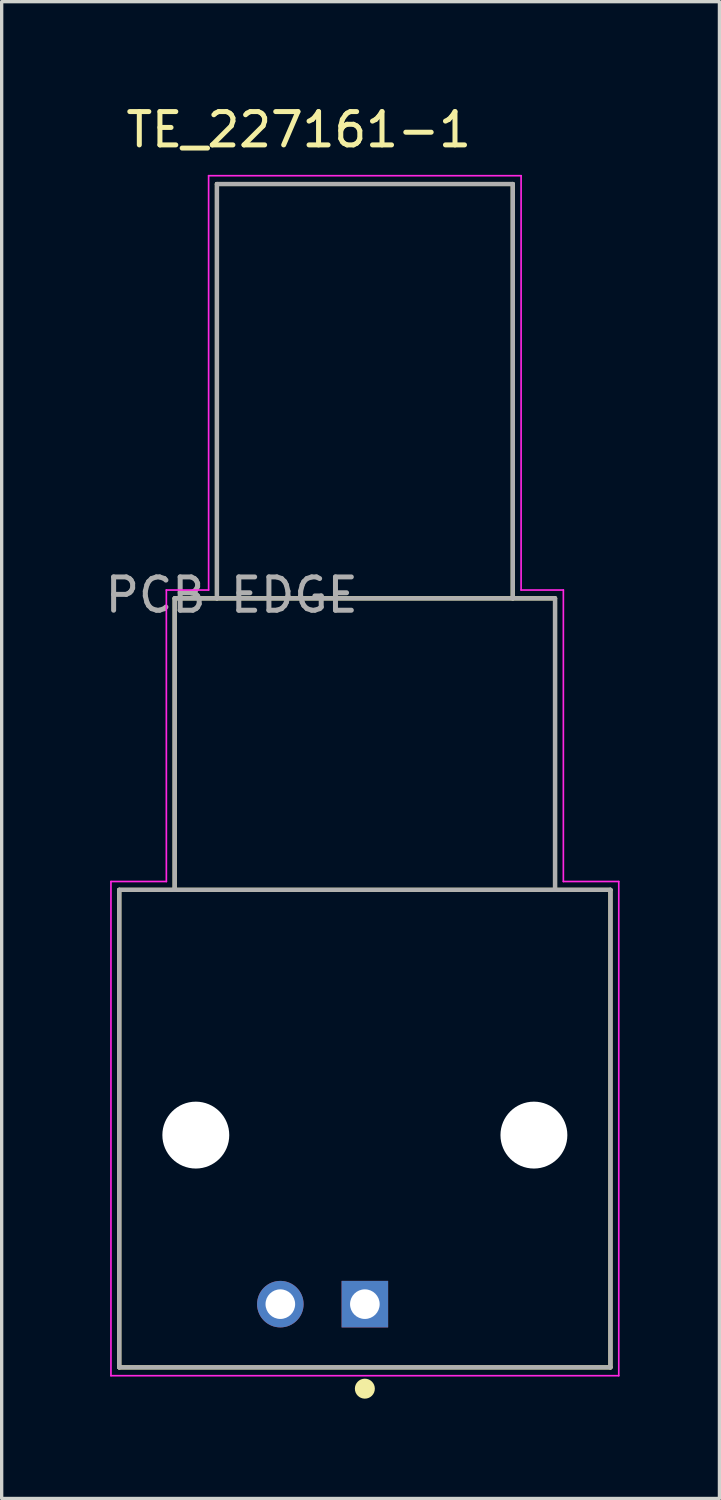
<source format=kicad_pcb>
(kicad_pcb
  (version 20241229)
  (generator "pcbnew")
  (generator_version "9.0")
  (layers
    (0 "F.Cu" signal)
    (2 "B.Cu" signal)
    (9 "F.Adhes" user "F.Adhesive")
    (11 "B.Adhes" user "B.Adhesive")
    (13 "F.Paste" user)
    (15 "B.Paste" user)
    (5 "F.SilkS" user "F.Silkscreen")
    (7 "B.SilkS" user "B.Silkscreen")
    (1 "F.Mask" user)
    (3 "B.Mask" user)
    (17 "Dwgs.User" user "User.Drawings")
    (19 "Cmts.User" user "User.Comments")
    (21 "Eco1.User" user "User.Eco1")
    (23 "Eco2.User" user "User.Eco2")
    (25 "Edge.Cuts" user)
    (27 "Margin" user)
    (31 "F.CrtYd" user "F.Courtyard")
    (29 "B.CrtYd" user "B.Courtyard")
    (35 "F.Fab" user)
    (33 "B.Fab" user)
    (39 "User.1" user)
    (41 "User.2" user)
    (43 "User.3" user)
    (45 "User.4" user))
  (footprint "TE_227161-1"
    (layer "F.Cu")
    (at 7.914 36.14)
    (property "Reference" "TE_227161-1" (at -1.987 -35.291 0) (layer "F.SilkS") (effects (font (size 1.001 1.001) (thickness 0.15))))
    (attr through_hole)
    (fp_line (start -7.38 -12.45) (end 7.38 -12.45) (stroke (width 0.127) (type solid)) (layer "F.SilkS"))
    (fp_line (start -7.38 1.9) (end -7.38 -12.45) (stroke (width 0.127) (type solid)) (layer "F.SilkS"))
    (fp_line (start -5.715 -21.21) (end -4.445 -21.21) (stroke (width 0.127) (type solid)) (layer "F.SilkS"))
    (fp_line (start -5.715 -12.45) (end -5.715 -21.21) (stroke (width 0.127) (type solid)) (layer "F.SilkS"))
    (fp_line (start -4.445 -33.66) (end 4.445 -33.66) (stroke (width 0.127) (type solid)) (layer "F.SilkS"))
    (fp_line (start -4.445 -21.21) (end -4.445 -33.66) (stroke (width 0.127) (type solid)) (layer "F.SilkS"))
    (fp_line (start -4.445 -21.21) (end 4.445 -21.21) (stroke (width 0.127) (type solid)) (layer "F.SilkS"))
    (fp_line (start 4.445 -33.66) (end 4.445 -21.21) (stroke (width 0.127) (type solid)) (layer "F.SilkS"))
    (fp_line (start 4.445 -21.21) (end 5.715 -21.21) (stroke (width 0.127) (type solid)) (layer "F.SilkS"))
    (fp_line (start 5.715 -21.21) (end 5.715 -12.45) (stroke (width 0.127) (type solid)) (layer "F.SilkS"))
    (fp_line (start 7.38 -12.45) (end 7.38 1.9) (stroke (width 0.127) (type solid)) (layer "F.SilkS"))
    (fp_line (start 7.38 1.9) (end -7.38 1.9) (stroke (width 0.127) (type solid)) (layer "F.SilkS"))
    (fp_circle (center 0 2.54) (end 0.15 2.54) (stroke (width 0.3) (type solid)) (fill no) (layer "F.SilkS"))
    (fp_line (start -7.63 -12.7) (end -7.63 2.15) (stroke (width 0.05) (type solid)) (layer "F.CrtYd"))
    (fp_line (start -7.63 2.15) (end 7.63 2.15) (stroke (width 0.05) (type solid)) (layer "F.CrtYd"))
    (fp_line (start -5.965 -21.46) (end -5.965 -12.7) (stroke (width 0.05) (type solid)) (layer "F.CrtYd"))
    (fp_line (start -5.965 -12.7) (end -7.63 -12.7) (stroke (width 0.05) (type solid)) (layer "F.CrtYd"))
    (fp_line (start -4.695 -33.91) (end -4.695 -21.46) (stroke (width 0.05) (type solid)) (layer "F.CrtYd"))
    (fp_line (start -4.695 -21.46) (end -5.965 -21.46) (stroke (width 0.05) (type solid)) (layer "F.CrtYd"))
    (fp_line (start 4.695 -33.91) (end -4.695 -33.91) (stroke (width 0.05) (type solid)) (layer "F.CrtYd"))
    (fp_line (start 4.695 -21.46) (end 4.695 -33.91) (stroke (width 0.05) (type solid)) (layer "F.CrtYd"))
    (fp_line (start 5.965 -21.46) (end 4.695 -21.46) (stroke (width 0.05) (type solid)) (layer "F.CrtYd"))
    (fp_line (start 5.965 -12.7) (end 5.965 -21.46) (stroke (width 0.05) (type solid)) (layer "F.CrtYd"))
    (fp_line (start 7.63 -12.7) (end 5.965 -12.7) (stroke (width 0.05) (type solid)) (layer "F.CrtYd"))
    (fp_line (start 7.63 2.15) (end 7.63 -12.7) (stroke (width 0.05) (type solid)) (layer "F.CrtYd"))
    (fp_line (start -7.38 -12.45) (end -5.715 -12.45) (stroke (width 0.127) (type solid)) (layer "F.Fab"))
    (fp_line (start -7.38 1.9) (end -7.38 -12.45) (stroke (width 0.127) (type solid)) (layer "F.Fab"))
    (fp_line (start -5.715 -21.21) (end -4.445 -21.21) (stroke (width 0.127) (type solid)) (layer "F.Fab"))
    (fp_line (start -5.715 -12.45) (end -5.715 -21.21) (stroke (width 0.127) (type solid)) (layer "F.Fab"))
    (fp_line (start -5.715 -12.45) (end 5.715 -12.45) (stroke (width 0.127) (type solid)) (layer "F.Fab"))
    (fp_line (start -4.445 -33.66) (end 4.445 -33.66) (stroke (width 0.127) (type solid)) (layer "F.Fab"))
    (fp_line (start -4.445 -21.21) (end -4.445 -33.66) (stroke (width 0.127) (type solid)) (layer "F.Fab"))
    (fp_line (start -4.445 -21.21) (end 4.445 -21.21) (stroke (width 0.127) (type solid)) (layer "F.Fab"))
    (fp_line (start 4.445 -33.66) (end 4.445 -21.21) (stroke (width 0.127) (type solid)) (layer "F.Fab"))
    (fp_line (start 4.445 -21.21) (end 5.715 -21.21) (stroke (width 0.127) (type solid)) (layer "F.Fab"))
    (fp_line (start 5.715 -21.21) (end 5.715 -12.45) (stroke (width 0.127) (type solid)) (layer "F.Fab"))
    (fp_line (start 5.715 -12.45) (end 7.38 -12.45) (stroke (width 0.127) (type solid)) (layer "F.Fab"))
    (fp_line (start 7.38 -12.45) (end 7.38 1.9) (stroke (width 0.127) (type solid)) (layer "F.Fab"))
    (fp_line (start 7.38 1.9) (end -7.38 1.9) (stroke (width 0.127) (type solid)) (layer "F.Fab"))
    (fp_circle (center 0 0) (end 0.15 0) (stroke (width 0.3) (type solid)) (fill no) (layer "F.Fab"))
    (fp_text user "PCB EDGE" (at -4.002 -21.308 0) (layer "F.Fab") (effects (font (size 1 1) (thickness 0.15))))
    (pad "" np_thru_hole circle (at -5.08 -5.08) (size 2.01 2.01) (drill 2.01) (layers "*.Cu" "*.Mask"))
    (pad "" np_thru_hole circle (at 5.08 -5.08) (size 2.01 2.01) (drill 2.01) (layers "*.Cu" "*.Mask"))
    (pad "1" thru_hole rect (at 0 0) (size 1.398 1.398) (drill 0.89) (layers "*.Cu" "*.Mask"))
    (pad "2" thru_hole circle (at -2.54 0) (size 1.398 1.398) (drill 0.89) (layers "*.Cu" "*.Mask")))
  (gr_rect
    (start -3 -3)
    (end 18.569 41.98)
    (stroke (width 0.1) (type default))
    (fill no)
    (layer "Edge.Cuts")))
</source>
